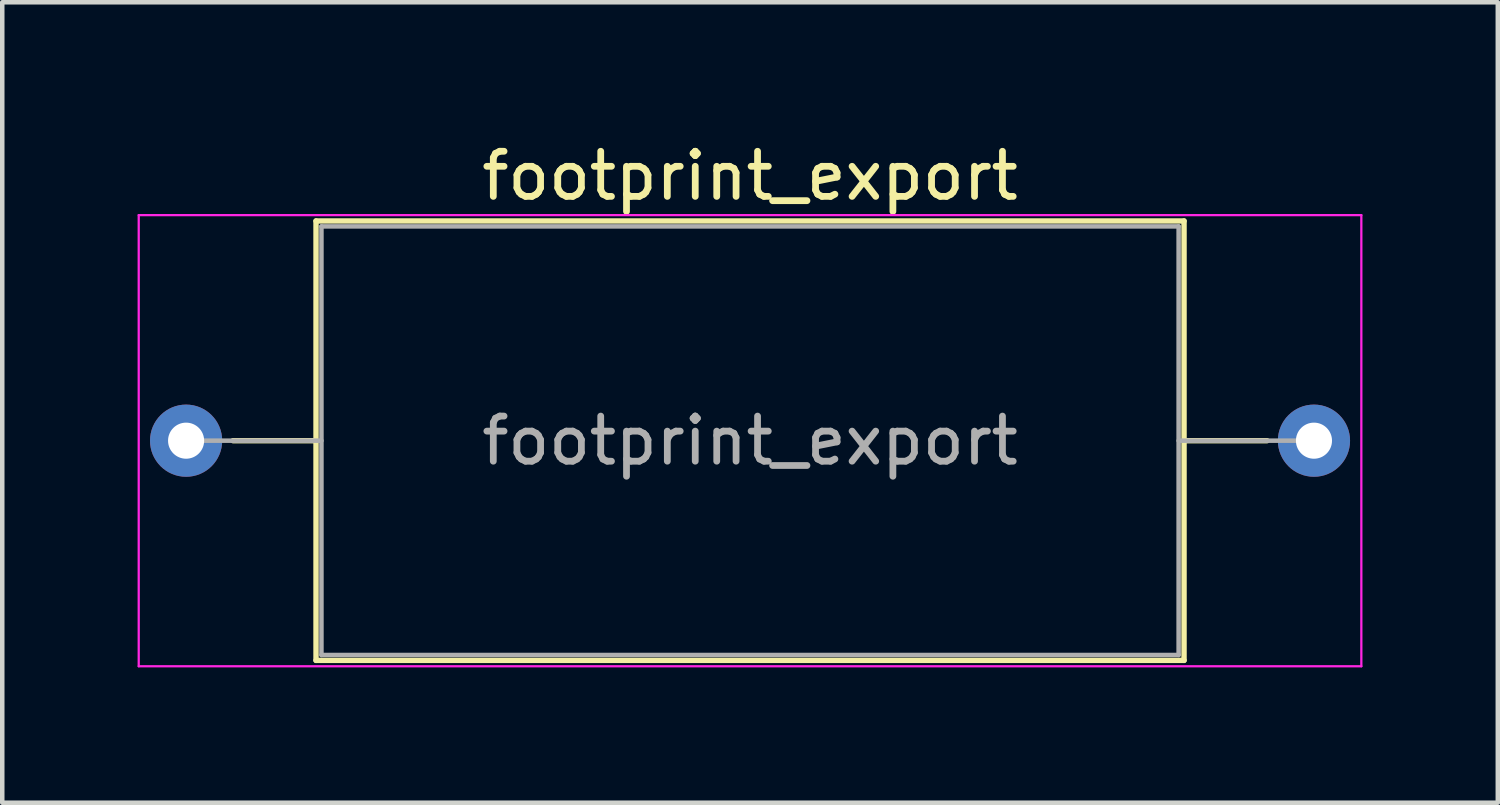
<source format=kicad_pcb>
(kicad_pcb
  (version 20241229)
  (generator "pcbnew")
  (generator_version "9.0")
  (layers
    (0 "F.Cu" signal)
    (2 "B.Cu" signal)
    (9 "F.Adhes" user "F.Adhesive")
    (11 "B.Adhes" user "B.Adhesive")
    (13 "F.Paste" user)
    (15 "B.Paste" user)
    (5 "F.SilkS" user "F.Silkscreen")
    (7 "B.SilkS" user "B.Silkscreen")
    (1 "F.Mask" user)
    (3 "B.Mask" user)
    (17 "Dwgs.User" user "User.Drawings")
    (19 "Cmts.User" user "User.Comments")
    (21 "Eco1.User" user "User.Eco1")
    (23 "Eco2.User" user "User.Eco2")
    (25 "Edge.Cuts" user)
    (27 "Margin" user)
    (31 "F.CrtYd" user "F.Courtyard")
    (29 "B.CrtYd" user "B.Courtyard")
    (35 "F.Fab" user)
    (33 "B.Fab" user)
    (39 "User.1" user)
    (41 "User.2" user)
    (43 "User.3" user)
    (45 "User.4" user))
  (footprint "footprint_export"
    (layer "F.Cu")
    (at 1.075 6.718)
    (property "Reference" "footprint_export" (at 12.5 -5.87 0) (layer "F.SilkS") (effects (font (size 1 1) (thickness 0.15))))
    (attr through_hole)
    (fp_line (start 1.04 0) (end 2.88 0) (stroke (width 0.12) (type solid)) (layer "F.SilkS"))
    (fp_line (start 2.88 -4.87) (end 2.88 4.87) (stroke (width 0.12) (type solid)) (layer "F.SilkS"))
    (fp_line (start 2.88 4.87) (end 22.12 4.87) (stroke (width 0.12) (type solid)) (layer "F.SilkS"))
    (fp_line (start 22.12 -4.87) (end 2.88 -4.87) (stroke (width 0.12) (type solid)) (layer "F.SilkS"))
    (fp_line (start 22.12 4.87) (end 22.12 -4.87) (stroke (width 0.12) (type solid)) (layer "F.SilkS"))
    (fp_line (start 23.96 0) (end 22.12 0) (stroke (width 0.12) (type solid)) (layer "F.SilkS"))
    (fp_line (start -1.05 -5) (end -1.05 5) (stroke (width 0.05) (type solid)) (layer "F.CrtYd"))
    (fp_line (start -1.05 5) (end 26.05 5) (stroke (width 0.05) (type solid)) (layer "F.CrtYd"))
    (fp_line (start 26.05 -5) (end -1.05 -5) (stroke (width 0.05) (type solid)) (layer "F.CrtYd"))
    (fp_line (start 26.05 5) (end 26.05 -5) (stroke (width 0.05) (type solid)) (layer "F.CrtYd"))
    (fp_line (start 0 0) (end 3 0) (stroke (width 0.1) (type solid)) (layer "F.Fab"))
    (fp_line (start 3 -4.75) (end 3 4.75) (stroke (width 0.1) (type solid)) (layer "F.Fab"))
    (fp_line (start 3 4.75) (end 22 4.75) (stroke (width 0.1) (type solid)) (layer "F.Fab"))
    (fp_line (start 22 -4.75) (end 3 -4.75) (stroke (width 0.1) (type solid)) (layer "F.Fab"))
    (fp_line (start 22 4.75) (end 22 -4.75) (stroke (width 0.1) (type solid)) (layer "F.Fab"))
    (fp_line (start 25 0) (end 22 0) (stroke (width 0.1) (type solid)) (layer "F.Fab"))
    (fp_text user "${REFERENCE}" (at 12.5 0 0) (layer "F.Fab") (effects (font (size 1 1) (thickness 0.15))))
    (pad "1" thru_hole circle (at 0 0) (size 1.6 1.6) (drill 0.8) (layers "*.Cu" "*.Mask"))
    (pad "2" thru_hole oval (at 25 0) (size 1.6 1.6) (drill 0.8) (layers "*.Cu" "*.Mask")))
  (gr_rect
    (start -3 -3)
    (end 30.15 14.743)
    (stroke (width 0.1) (type default))
    (fill no)
    (layer "Edge.Cuts")))
</source>
